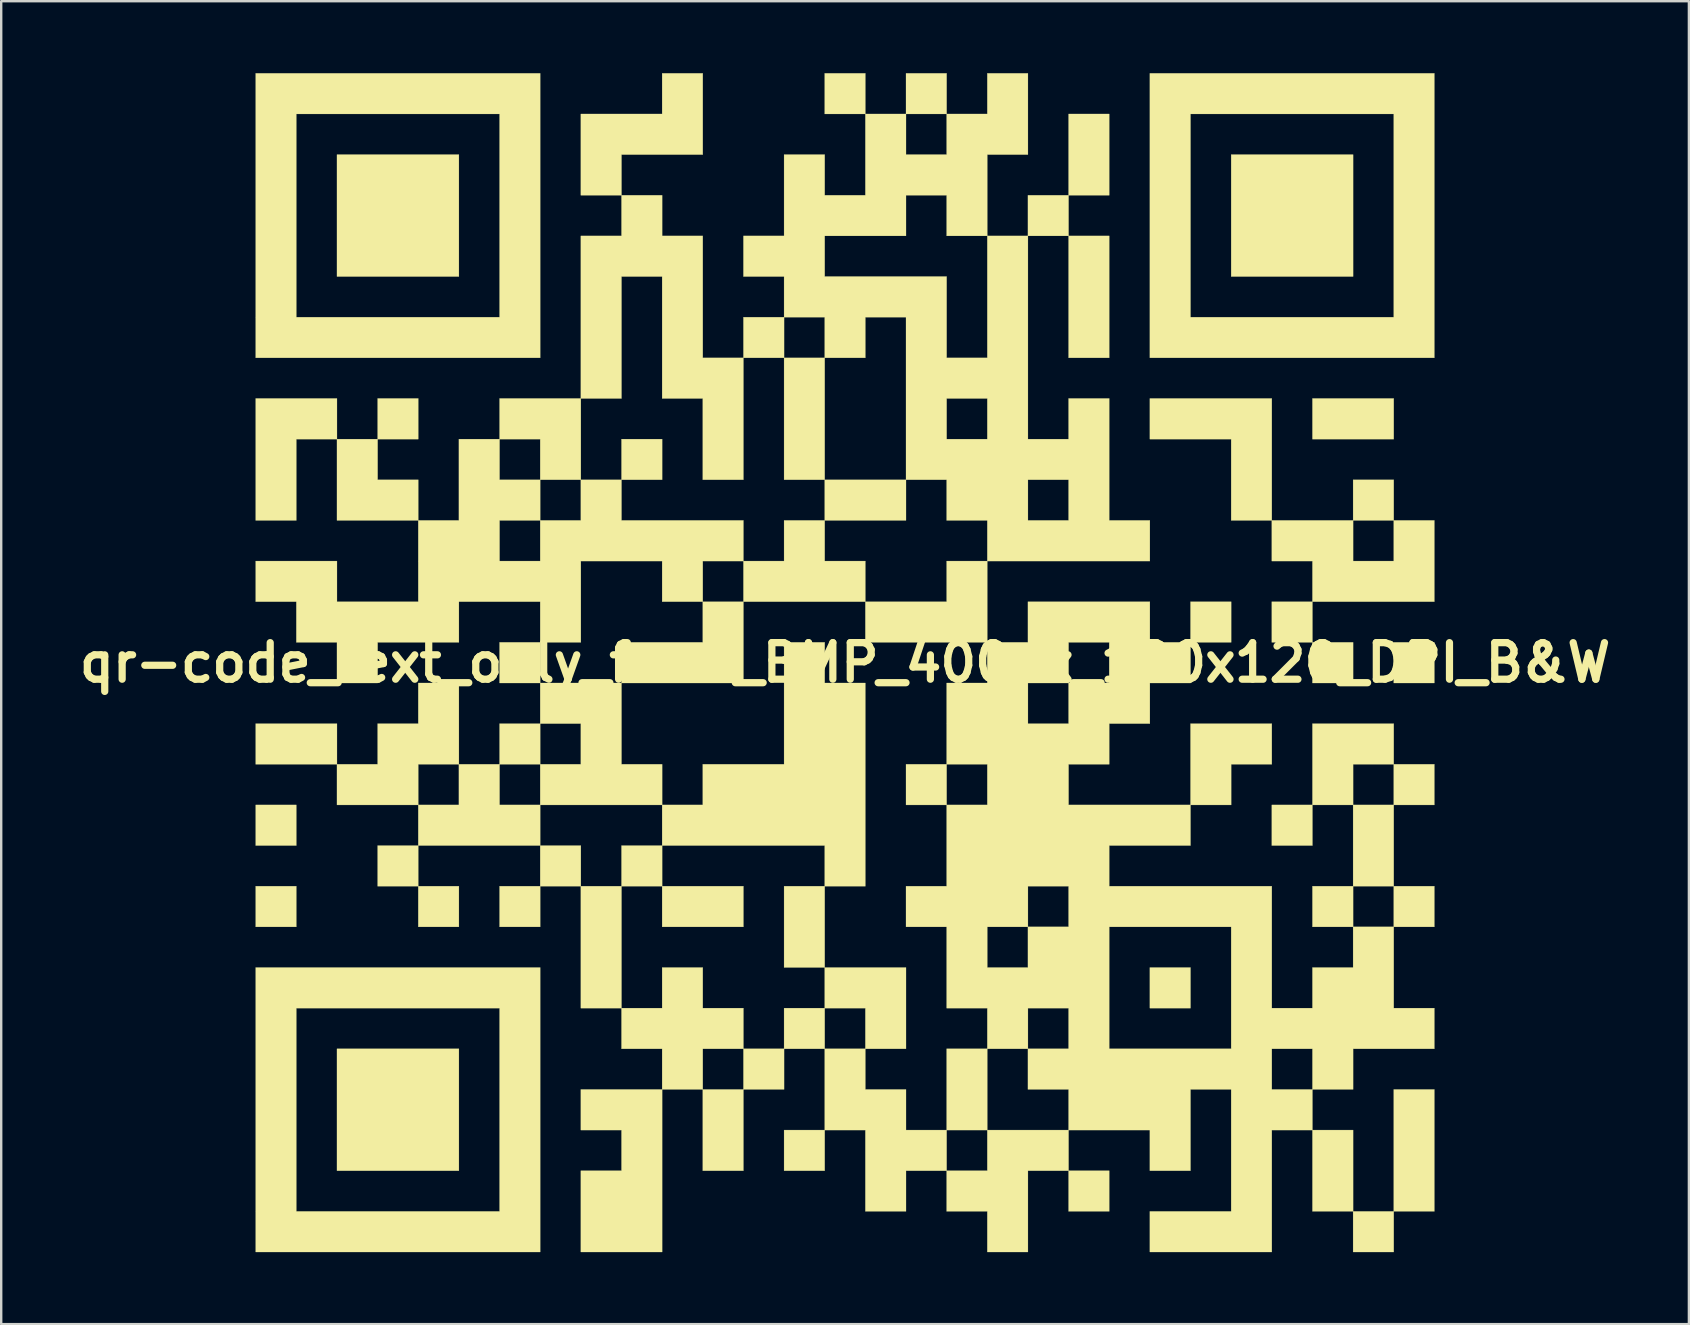
<source format=kicad_pcb>
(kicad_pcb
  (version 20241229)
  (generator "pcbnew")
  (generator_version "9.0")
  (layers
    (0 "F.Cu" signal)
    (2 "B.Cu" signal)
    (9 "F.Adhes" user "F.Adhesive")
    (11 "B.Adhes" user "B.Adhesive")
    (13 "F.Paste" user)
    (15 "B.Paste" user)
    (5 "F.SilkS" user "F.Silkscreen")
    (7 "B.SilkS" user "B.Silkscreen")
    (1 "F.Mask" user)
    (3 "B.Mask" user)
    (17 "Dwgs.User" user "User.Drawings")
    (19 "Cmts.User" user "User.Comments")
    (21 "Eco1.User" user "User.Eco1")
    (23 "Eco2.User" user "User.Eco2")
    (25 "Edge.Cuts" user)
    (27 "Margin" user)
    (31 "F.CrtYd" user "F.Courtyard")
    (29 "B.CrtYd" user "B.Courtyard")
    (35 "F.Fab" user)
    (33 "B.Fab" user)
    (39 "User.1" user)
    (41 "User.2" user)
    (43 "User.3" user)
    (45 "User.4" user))
  (footprint "qr-code_text_only_from_BMP_400px_120x120_DPI_B&W"
    (layer "F.Cu")
    (at 32.156 24.558)
    (property "Reference" "qr-code_text_only_from_BMP_400px_120x120_DPI_B&W" (at 0 0 0) (layer "F.SilkS") (effects (font (size 1.524 1.524) (thickness 0.3))))
    (attr through_hole)
    (fp_poly (pts (xy -22.86 7.62) (xy -24.553 7.62) (xy -24.553 5.927) (xy -22.86 5.927) (xy -22.86 7.62)) (stroke (width 0.01) (type solid)) (fill yes) (layer "F.SilkS"))
    (fp_poly (pts (xy -22.86 11.007) (xy -24.553 11.007) (xy -24.553 9.313) (xy -22.86 9.313) (xy -22.86 11.007)) (stroke (width 0.01) (type solid)) (fill yes) (layer "F.SilkS"))
    (fp_poly (pts (xy -21.167 4.233) (xy -24.553 4.233) (xy -24.553 2.54) (xy -21.167 2.54) (xy -21.167 4.233)) (stroke (width 0.01) (type solid)) (fill yes) (layer "F.SilkS"))
    (fp_poly (pts (xy -17.78 -9.313) (xy -19.473 -9.313) (xy -19.473 -11.007) (xy -17.78 -11.007) (xy -17.78 -9.313)) (stroke (width 0.01) (type solid)) (fill yes) (layer "F.SilkS"))
    (fp_poly (pts (xy -17.78 9.313) (xy -19.473 9.313) (xy -19.473 7.62) (xy -17.78 7.62) (xy -17.78 9.313)) (stroke (width 0.01) (type solid)) (fill yes) (layer "F.SilkS"))
    (fp_poly (pts (xy -16.087 -16.087) (xy -21.167 -16.087) (xy -21.167 -21.167) (xy -16.087 -21.167) (xy -16.087 -16.087)) (stroke (width 0.01) (type solid)) (fill yes) (layer "F.SilkS"))
    (fp_poly (pts (xy -16.087 11.007) (xy -17.78 11.007) (xy -17.78 9.313) (xy -16.087 9.313) (xy -16.087 11.007)) (stroke (width 0.01) (type solid)) (fill yes) (layer "F.SilkS"))
    (fp_poly (pts (xy -16.087 21.167) (xy -21.167 21.167) (xy -21.167 16.087) (xy -16.087 16.087) (xy -16.087 21.167)) (stroke (width 0.01) (type solid)) (fill yes) (layer "F.SilkS"))
    (fp_poly (pts (xy -12.7 0.847) (xy -14.393 0.847) (xy -14.393 -0.847) (xy -12.7 -0.847) (xy -12.7 0.847)) (stroke (width 0.01) (type solid)) (fill yes) (layer "F.SilkS"))
    (fp_poly (pts (xy -12.7 11.007) (xy -14.393 11.007) (xy -14.393 9.313) (xy -12.7 9.313) (xy -12.7 11.007)) (stroke (width 0.01) (type solid)) (fill yes) (layer "F.SilkS"))
    (fp_poly (pts (xy -11.007 9.313) (xy -12.7 9.313) (xy -12.7 7.62) (xy -11.007 7.62) (xy -11.007 9.313)) (stroke (width 0.01) (type solid)) (fill yes) (layer "F.SilkS"))
    (fp_poly (pts (xy -9.313 14.393) (xy -11.007 14.393) (xy -11.007 9.313) (xy -9.313 9.313) (xy -9.313 14.393)) (stroke (width 0.01) (type solid)) (fill yes) (layer "F.SilkS"))
    (fp_poly (pts (xy -7.62 -7.62) (xy -9.313 -7.62) (xy -9.313 -9.313) (xy -7.62 -9.313) (xy -7.62 -7.62)) (stroke (width 0.01) (type solid)) (fill yes) (layer "F.SilkS"))
    (fp_poly (pts (xy -7.62 9.313) (xy -9.313 9.313) (xy -9.313 7.62) (xy -7.62 7.62) (xy -7.62 9.313)) (stroke (width 0.01) (type solid)) (fill yes) (layer "F.SilkS"))
    (fp_poly (pts (xy -4.233 11.007) (xy -7.62 11.007) (xy -7.62 9.313) (xy -4.233 9.313) (xy -4.233 11.007)) (stroke (width 0.01) (type solid)) (fill yes) (layer "F.SilkS"))
    (fp_poly (pts (xy -2.54 -12.7) (xy -4.233 -12.7) (xy -4.233 -14.393) (xy -2.54 -14.393) (xy -2.54 -12.7)) (stroke (width 0.01) (type solid)) (fill yes) (layer "F.SilkS"))
    (fp_poly (pts (xy -0.847 -7.62) (xy -2.54 -7.62) (xy -2.54 -12.7) (xy -0.847 -12.7) (xy -0.847 -7.62)) (stroke (width 0.01) (type solid)) (fill yes) (layer "F.SilkS"))
    (fp_poly (pts (xy -0.847 12.7) (xy -2.54 12.7) (xy -2.54 9.313) (xy -0.847 9.313) (xy -0.847 12.7)) (stroke (width 0.01) (type solid)) (fill yes) (layer "F.SilkS"))
    (fp_poly (pts (xy -0.847 16.087) (xy -2.54 16.087) (xy -2.54 14.393) (xy -0.847 14.393) (xy -0.847 16.087)) (stroke (width 0.01) (type solid)) (fill yes) (layer "F.SilkS"))
    (fp_poly (pts (xy -0.847 21.167) (xy -2.54 21.167) (xy -2.54 19.473) (xy -0.847 19.473) (xy -0.847 21.167)) (stroke (width 0.01) (type solid)) (fill yes) (layer "F.SilkS"))
    (fp_poly (pts (xy 0.847 -22.86) (xy -0.847 -22.86) (xy -0.847 -24.553) (xy 0.847 -24.553) (xy 0.847 -22.86)) (stroke (width 0.01) (type solid)) (fill yes) (layer "F.SilkS"))
    (fp_poly (pts (xy 2.54 -5.927) (xy -0.847 -5.927) (xy -0.847 -7.62) (xy 2.54 -7.62) (xy 2.54 -5.927)) (stroke (width 0.01) (type solid)) (fill yes) (layer "F.SilkS"))
    (fp_poly (pts (xy 4.233 5.927) (xy 2.54 5.927) (xy 2.54 4.233) (xy 4.233 4.233) (xy 4.233 5.927)) (stroke (width 0.01) (type solid)) (fill yes) (layer "F.SilkS"))
    (fp_poly (pts (xy 5.927 19.473) (xy 4.233 19.473) (xy 4.233 16.087) (xy 5.927 16.087) (xy 5.927 19.473)) (stroke (width 0.01) (type solid)) (fill yes) (layer "F.SilkS"))
    (fp_poly (pts (xy 9.313 -17.78) (xy 7.62 -17.78) (xy 7.62 -19.473) (xy 9.313 -19.473) (xy 9.313 -17.78)) (stroke (width 0.01) (type solid)) (fill yes) (layer "F.SilkS"))
    (fp_poly (pts (xy 11.007 -19.473) (xy 9.313 -19.473) (xy 9.313 -22.86) (xy 11.007 -22.86) (xy 11.007 -19.473)) (stroke (width 0.01) (type solid)) (fill yes) (layer "F.SilkS"))
    (fp_poly (pts (xy 11.007 -12.7) (xy 9.313 -12.7) (xy 9.313 -17.78) (xy 11.007 -17.78) (xy 11.007 -12.7)) (stroke (width 0.01) (type solid)) (fill yes) (layer "F.SilkS"))
    (fp_poly (pts (xy 11.007 22.86) (xy 9.313 22.86) (xy 9.313 21.167) (xy 11.007 21.167) (xy 11.007 22.86)) (stroke (width 0.01) (type solid)) (fill yes) (layer "F.SilkS"))
    (fp_poly (pts (xy 14.393 14.393) (xy 12.7 14.393) (xy 12.7 12.7) (xy 14.393 12.7) (xy 14.393 14.393)) (stroke (width 0.01) (type solid)) (fill yes) (layer "F.SilkS"))
    (fp_poly (pts (xy 16.087 -0.847) (xy 14.393 -0.847) (xy 14.393 -2.54) (xy 16.087 -2.54) (xy 16.087 -0.847)) (stroke (width 0.01) (type solid)) (fill yes) (layer "F.SilkS"))
    (fp_poly (pts (xy 19.473 -0.847) (xy 17.78 -0.847) (xy 17.78 -2.54) (xy 19.473 -2.54) (xy 19.473 -0.847)) (stroke (width 0.01) (type solid)) (fill yes) (layer "F.SilkS"))
    (fp_poly (pts (xy 19.473 7.62) (xy 17.78 7.62) (xy 17.78 5.927) (xy 19.473 5.927) (xy 19.473 7.62)) (stroke (width 0.01) (type solid)) (fill yes) (layer "F.SilkS"))
    (fp_poly (pts (xy 21.167 -16.087) (xy 16.087 -16.087) (xy 16.087 -21.167) (xy 21.167 -21.167) (xy 21.167 -16.087)) (stroke (width 0.01) (type solid)) (fill yes) (layer "F.SilkS"))
    (fp_poly (pts (xy 21.167 0.847) (xy 19.473 0.847) (xy 19.473 -0.847) (xy 21.167 -0.847) (xy 21.167 0.847)) (stroke (width 0.01) (type solid)) (fill yes) (layer "F.SilkS"))
    (fp_poly (pts (xy 21.167 11.007) (xy 19.473 11.007) (xy 19.473 9.313) (xy 21.167 9.313) (xy 21.167 11.007)) (stroke (width 0.01) (type solid)) (fill yes) (layer "F.SilkS"))
    (fp_poly (pts (xy 21.167 22.86) (xy 19.473 22.86) (xy 19.473 19.473) (xy 21.167 19.473) (xy 21.167 22.86)) (stroke (width 0.01) (type solid)) (fill yes) (layer "F.SilkS"))
    (fp_poly (pts (xy 22.86 -9.313) (xy 19.473 -9.313) (xy 19.473 -11.007) (xy 22.86 -11.007) (xy 22.86 -9.313)) (stroke (width 0.01) (type solid)) (fill yes) (layer "F.SilkS"))
    (fp_poly (pts (xy 22.86 9.313) (xy 21.167 9.313) (xy 21.167 5.927) (xy 22.86 5.927) (xy 22.86 9.313)) (stroke (width 0.01) (type solid)) (fill yes) (layer "F.SilkS"))
    (fp_poly (pts (xy 22.86 24.553) (xy 21.167 24.553) (xy 21.167 22.86) (xy 22.86 22.86) (xy 22.86 24.553)) (stroke (width 0.01) (type solid)) (fill yes) (layer "F.SilkS"))
    (fp_poly (pts (xy 24.553 0.847) (xy 22.86 0.847) (xy 22.86 -0.847) (xy 24.553 -0.847) (xy 24.553 0.847)) (stroke (width 0.01) (type solid)) (fill yes) (layer "F.SilkS"))
    (fp_poly (pts (xy 24.553 5.927) (xy 22.86 5.927) (xy 22.86 4.233) (xy 24.553 4.233) (xy 24.553 5.927)) (stroke (width 0.01) (type solid)) (fill yes) (layer "F.SilkS"))
    (fp_poly (pts (xy 24.553 11.007) (xy 22.86 11.007) (xy 22.86 9.313) (xy 24.553 9.313) (xy 24.553 11.007)) (stroke (width 0.01) (type solid)) (fill yes) (layer "F.SilkS"))
    (fp_poly (pts (xy 24.553 22.86) (xy 22.86 22.86) (xy 22.86 17.78) (xy 24.553 17.78) (xy 24.553 22.86)) (stroke (width 0.01) (type solid)) (fill yes) (layer "F.SilkS"))
    (fp_poly (pts (xy -21.167 -9.313) (xy -22.86 -9.313) (xy -22.86 -5.927) (xy -24.553 -5.927) (xy -24.553 -11.007) (xy -21.167 -11.007) (xy -21.167 -9.313)) (stroke (width 0.01) (type solid)) (fill yes) (layer "F.SilkS"))
    (fp_poly (pts (xy -19.473 -7.62) (xy -17.78 -7.62) (xy -17.78 -5.927) (xy -21.167 -5.927) (xy -21.167 -9.313) (xy -19.473 -9.313) (xy -19.473 -7.62)) (stroke (width 0.01) (type solid)) (fill yes) (layer "F.SilkS"))
    (fp_poly (pts (xy -4.233 0.847) (xy -9.313 0.847) (xy -9.313 -0.847) (xy -5.927 -0.847) (xy -5.927 -2.54) (xy -4.233 -2.54) (xy -4.233 0.847)) (stroke (width 0.01) (type solid)) (fill yes) (layer "F.SilkS"))
    (fp_poly (pts (xy 2.54 16.087) (xy 0.847 16.087) (xy 0.847 14.393) (xy -0.847 14.393) (xy -0.847 12.7) (xy 2.54 12.7) (xy 2.54 16.087)) (stroke (width 0.01) (type solid)) (fill yes) (layer "F.SilkS"))
    (fp_poly (pts (xy 5.927 -0.847) (xy 0.847 -0.847) (xy 0.847 -2.54) (xy 4.233 -2.54) (xy 4.233 -4.233) (xy 5.927 -4.233) (xy 5.927 -0.847)) (stroke (width 0.01) (type solid)) (fill yes) (layer "F.SilkS"))
    (fp_poly (pts (xy 17.78 -5.927) (xy 16.087 -5.927) (xy 16.087 -9.313) (xy 12.7 -9.313) (xy 12.7 -11.007) (xy 17.78 -11.007) (xy 17.78 -5.927)) (stroke (width 0.01) (type solid)) (fill yes) (layer "F.SilkS"))
    (fp_poly (pts (xy 17.78 4.233) (xy 16.087 4.233) (xy 16.087 5.927) (xy 14.393 5.927) (xy 14.393 2.54) (xy 17.78 2.54) (xy 17.78 4.233)) (stroke (width 0.01) (type solid)) (fill yes) (layer "F.SilkS"))
    (fp_poly (pts (xy 22.86 4.233) (xy 21.167 4.233) (xy 21.167 5.927) (xy 19.473 5.927) (xy 19.473 2.54) (xy 22.86 2.54) (xy 22.86 4.233)) (stroke (width 0.01) (type solid)) (fill yes) (layer "F.SilkS"))
    (fp_poly (pts (xy -7.62 24.553) (xy -11.007 24.553) (xy -11.007 21.167) (xy -9.313 21.167) (xy -9.313 19.473) (xy -11.007 19.473) (xy -11.007 17.78) (xy -7.62 17.78) (xy -7.62 24.553)) (stroke (width 0.01) (type solid)) (fill yes) (layer "F.SilkS"))
    (fp_poly (pts (xy -5.927 -21.167) (xy -9.313 -21.167) (xy -9.313 -19.473) (xy -11.007 -19.473) (xy -11.007 -22.86) (xy -7.62 -22.86) (xy -7.62 -24.553) (xy -5.927 -24.553) (xy -5.927 -21.167)) (stroke (width 0.01) (type solid)) (fill yes) (layer "F.SilkS"))
    (fp_poly (pts (xy -0.847 -4.233) (xy 0.847 -4.233) (xy 0.847 -2.54) (xy -4.233 -2.54) (xy -4.233 -4.233) (xy -2.54 -4.233) (xy -2.54 -5.927) (xy -0.847 -5.927) (xy -0.847 -4.233)) (stroke (width 0.01) (type solid)) (fill yes) (layer "F.SilkS"))
    (fp_poly (pts (xy 9.313 21.167) (xy 7.62 21.167) (xy 7.62 24.553) (xy 5.927 24.553) (xy 5.927 22.86) (xy 4.233 22.86) (xy 4.233 21.167) (xy 5.927 21.167) (xy 5.927 19.473) (xy 9.313 19.473) (xy 9.313 21.167)) (stroke (width 0.01) (type solid)) (fill yes) (layer "F.SilkS"))
    (fp_poly (pts (xy -12.7 -12.7) (xy -24.553 -12.7) (xy -24.553 -22.86) (xy -22.86 -22.86) (xy -22.86 -14.393) (xy -14.393 -14.393) (xy -14.393 -22.86) (xy -22.86 -22.86) (xy -24.553 -22.86) (xy -24.553 -24.553) (xy -12.7 -24.553) (xy -12.7 -12.7)) (stroke (width 0.01) (type solid)) (fill yes) (layer "F.SilkS"))
    (fp_poly (pts (xy -12.7 24.553) (xy -24.553 24.553) (xy -24.553 14.393) (xy -22.86 14.393) (xy -22.86 22.86) (xy -14.393 22.86) (xy -14.393 14.393) (xy -22.86 14.393) (xy -24.553 14.393) (xy -24.553 12.7) (xy -12.7 12.7) (xy -12.7 24.553)) (stroke (width 0.01) (type solid)) (fill yes) (layer "F.SilkS"))
    (fp_poly (pts (xy 24.553 -12.7) (xy 12.7 -12.7) (xy 12.7 -22.86) (xy 14.393 -22.86) (xy 14.393 -14.393) (xy 22.86 -14.393) (xy 22.86 -22.86) (xy 14.393 -22.86) (xy 12.7 -22.86) (xy 12.7 -24.553) (xy 24.553 -24.553) (xy 24.553 -12.7)) (stroke (width 0.01) (type solid)) (fill yes) (layer "F.SilkS"))
    (fp_poly (pts (xy -7.62 5.927) (xy -5.927 5.927) (xy -5.927 4.233) (xy -2.54 4.233) (xy -2.54 -0.847) (xy -0.847 -0.847) (xy -0.847 0.847) (xy 0.847 0.847) (xy 0.847 9.313) (xy -0.847 9.313) (xy -0.847 7.62) (xy -7.62 7.62) (xy -7.62 5.927)) (stroke (width 0.01) (type solid)) (fill yes) (layer "F.SilkS"))
    (fp_poly (pts (xy -0.847 16.087) (xy 0.847 16.087) (xy 0.847 17.78) (xy 2.54 17.78) (xy 2.54 19.473) (xy 4.233 19.473) (xy 4.233 21.167) (xy 2.54 21.167) (xy 2.54 22.86) (xy 0.847 22.86) (xy 0.847 19.473) (xy -0.847 19.473) (xy -0.847 16.087)) (stroke (width 0.01) (type solid)) (fill yes) (layer "F.SilkS"))
    (fp_poly (pts (xy 24.553 -5.927) (xy 24.553 -2.54) (xy 19.473 -2.54) (xy 19.473 -4.233) (xy 17.78 -4.233) (xy 17.78 -5.927) (xy 21.167 -5.927) (xy 21.167 -4.233) (xy 22.86 -4.233) (xy 22.86 -5.927) (xy 21.167 -5.927) (xy 21.167 -7.62) (xy 22.86 -7.62) (xy 22.86 -5.927) (xy 24.553 -5.927)) (stroke (width 0.01) (type solid)) (fill yes) (layer "F.SilkS"))
    (fp_poly (pts (xy -7.62 -17.78) (xy -5.927 -17.78) (xy -5.927 -12.7) (xy -4.233 -12.7) (xy -4.233 -7.62) (xy -5.927 -7.62) (xy -5.927 -11.007) (xy -7.62 -11.007) (xy -7.62 -16.087) (xy -9.313 -16.087) (xy -9.313 -11.007) (xy -11.007 -11.007) (xy -11.007 -17.78) (xy -9.313 -17.78) (xy -9.313 -19.473) (xy -7.62 -19.473) (xy -7.62 -17.78)) (stroke (width 0.01) (type solid)) (fill yes) (layer "F.SilkS"))
    (fp_poly (pts (xy -7.62 16.087) (xy -5.927 16.087) (xy -5.927 17.78) (xy -4.233 17.78) (xy -4.233 16.087) (xy -5.927 16.087) (xy -7.62 16.087) (xy -9.313 16.087) (xy -9.313 14.393) (xy -7.62 14.393) (xy -7.62 12.7) (xy -5.927 12.7) (xy -5.927 14.393) (xy -4.233 14.393) (xy -4.233 16.087) (xy -2.54 16.087) (xy -2.54 17.78) (xy -4.233 17.78) (xy -4.233 21.167) (xy -5.927 21.167) (xy -5.927 17.78) (xy -7.62 17.78) (xy -7.62 16.087)) (stroke (width 0.01) (type solid)) (fill yes) (layer "F.SilkS"))
    (fp_poly (pts (xy -16.087 4.233) (xy -14.393 4.233) (xy -14.393 5.927) (xy -12.7 5.927) (xy -12.7 4.233) (xy -14.393 4.233) (xy -14.393 2.54) (xy -12.7 2.54) (xy -12.7 4.233) (xy -11.007 4.233) (xy -11.007 2.54) (xy -12.7 2.54) (xy -12.7 0.847) (xy -9.313 0.847) (xy -9.313 4.233) (xy -7.62 4.233) (xy -7.62 5.927) (xy -12.7 5.927) (xy -12.7 7.62) (xy -17.78 7.62) (xy -17.78 5.927) (xy -21.167 5.927) (xy -21.167 4.233) (xy -19.473 4.233) (xy -17.78 4.233) (xy -17.78 5.927) (xy -16.087 5.927) (xy -16.087 4.233) (xy -17.78 4.233) (xy -19.473 4.233) (xy -19.473 2.54) (xy -17.78 2.54) (xy -17.78 0.847) (xy -16.087 0.847) (xy -16.087 4.233)) (stroke (width 0.01) (type solid)) (fill yes) (layer "F.SilkS"))
    (fp_poly (pts (xy -9.313 -7.62) (xy -9.313 -5.927) (xy -4.233 -5.927) (xy -4.233 -4.233) (xy -5.927 -4.233) (xy -5.927 -2.54) (xy -7.62 -2.54) (xy -7.62 -4.233) (xy -11.007 -4.233) (xy -11.007 -0.847) (xy -12.7 -0.847) (xy -12.7 -2.54) (xy -16.087 -2.54) (xy -16.087 -0.847) (xy -19.473 -0.847) (xy -19.473 0.847) (xy -21.167 0.847) (xy -21.167 -0.847) (xy -22.86 -0.847) (xy -22.86 -2.54) (xy -24.553 -2.54) (xy -24.553 -4.233) (xy -21.167 -4.233) (xy -21.167 -2.54) (xy -17.78 -2.54) (xy -17.78 -5.927) (xy -16.087 -5.927) (xy -14.393 -5.927) (xy -14.393 -4.233) (xy -12.7 -4.233) (xy -12.7 -5.927) (xy -14.393 -5.927) (xy -16.087 -5.927) (xy -16.087 -9.313) (xy -14.393 -9.313) (xy -14.393 -7.62) (xy -12.7 -7.62) (xy -12.7 -5.927) (xy -11.007 -5.927) (xy -11.007 -7.62) (xy -12.7 -7.62) (xy -12.7 -9.313) (xy -14.393 -9.313) (xy -14.393 -11.007) (xy -11.007 -11.007) (xy -11.007 -7.62) (xy -9.313 -7.62)) (stroke (width 0.01) (type solid)) (fill yes) (layer "F.SilkS"))
    (fp_poly (pts (xy -2.54 -16.087) (xy -4.233 -16.087) (xy -4.233 -17.78) (xy -2.54 -17.78) (xy -0.847 -17.78) (xy -0.847 -16.087) (xy 4.233 -16.087) (xy 4.233 -12.7) (xy 5.927 -12.7) (xy 5.927 -17.78) (xy 4.233 -17.78) (xy 4.233 -19.473) (xy 2.54 -19.473) (xy 2.54 -17.78) (xy -0.847 -17.78) (xy -2.54 -17.78) (xy -2.54 -21.167) (xy -0.847 -21.167) (xy -0.847 -19.473) (xy 0.847 -19.473) (xy 0.847 -22.86) (xy 2.54 -22.86) (xy 2.54 -21.167) (xy 4.233 -21.167) (xy 4.233 -22.86) (xy 2.54 -22.86) (xy 2.54 -24.553) (xy 4.233 -24.553) (xy 4.233 -22.86) (xy 5.927 -22.86) (xy 5.927 -24.553) (xy 7.62 -24.553) (xy 7.62 -21.167) (xy 5.927 -21.167) (xy 5.927 -17.78) (xy 7.62 -17.78) (xy 7.62 -9.313) (xy 9.313 -9.313) (xy 9.313 -11.007) (xy 11.007 -11.007) (xy 11.007 -5.927) (xy 12.7 -5.927) (xy 12.7 -4.233) (xy 5.927 -4.233) (xy 5.927 -5.927) (xy 4.233 -5.927) (xy 4.233 -7.62) (xy 7.62 -7.62) (xy 7.62 -5.927) (xy 9.313 -5.927) (xy 9.313 -7.62) (xy 7.62 -7.62) (xy 4.233 -7.62) (xy 2.54 -7.62) (xy 2.54 -11.007) (xy 4.233 -11.007) (xy 4.233 -9.313) (xy 5.927 -9.313) (xy 5.927 -11.007) (xy 4.233 -11.007) (xy 2.54 -11.007) (xy 2.54 -14.393) (xy 0.847 -14.393) (xy 0.847 -12.7) (xy -0.847 -12.7) (xy -0.847 -14.393) (xy -2.54 -14.393) (xy -2.54 -16.087)) (stroke (width 0.01) (type solid)) (fill yes) (layer "F.SilkS"))
    (fp_poly (pts (xy 9.313 17.78) (xy 7.62 17.78) (xy 7.62 16.087) (xy 5.927 16.087) (xy 5.927 14.393) (xy 7.62 14.393) (xy 7.62 16.087) (xy 9.313 16.087) (xy 9.313 14.393) (xy 7.62 14.393) (xy 5.927 14.393) (xy 4.233 14.393) (xy 4.233 11.007) (xy 5.927 11.007) (xy 5.927 12.7) (xy 7.62 12.7) (xy 7.62 11.007) (xy 5.927 11.007) (xy 4.233 11.007) (xy 2.54 11.007) (xy 2.54 9.313) (xy 4.233 9.313) (xy 7.62 9.313) (xy 7.62 11.007) (xy 9.313 11.007) (xy 11.007 11.007) (xy 11.007 16.087) (xy 16.087 16.087) (xy 17.78 16.087) (xy 17.78 17.78) (xy 19.473 17.78) (xy 19.473 16.087) (xy 17.78 16.087) (xy 16.087 16.087) (xy 16.087 11.007) (xy 11.007 11.007) (xy 9.313 11.007) (xy 9.313 9.313) (xy 7.62 9.313) (xy 4.233 9.313) (xy 4.233 5.927) (xy 5.927 5.927) (xy 5.927 4.233) (xy 4.233 4.233) (xy 4.233 0.847) (xy 5.927 0.847) (xy 7.62 0.847) (xy 7.62 2.54) (xy 9.313 2.54) (xy 9.313 0.847) (xy 7.62 0.847) (xy 5.927 0.847) (xy 5.927 -0.847) (xy 7.62 -0.847) (xy 9.313 -0.847) (xy 9.313 0.847) (xy 11.007 0.847) (xy 11.007 -0.847) (xy 9.313 -0.847) (xy 7.62 -0.847) (xy 7.62 -2.54) (xy 12.7 -2.54) (xy 12.7 -0.847) (xy 14.393 -0.847) (xy 14.393 0.847) (xy 12.7 0.847) (xy 12.7 2.54) (xy 11.007 2.54) (xy 11.007 4.233) (xy 9.313 4.233) (xy 9.313 5.927) (xy 14.393 5.927) (xy 14.393 7.62) (xy 11.007 7.62) (xy 11.007 9.313) (xy 17.78 9.313) (xy 17.78 14.393) (xy 19.473 14.393) (xy 19.473 12.7) (xy 21.167 12.7) (xy 21.167 11.007) (xy 22.86 11.007) (xy 22.86 14.393) (xy 24.553 14.393) (xy 24.553 16.087) (xy 21.167 16.087) (xy 21.167 17.78) (xy 19.473 17.78) (xy 19.473 19.473) (xy 17.78 19.473) (xy 17.78 24.553) (xy 12.7 24.553) (xy 12.7 22.86) (xy 16.087 22.86) (xy 16.087 17.78) (xy 14.393 17.78) (xy 14.393 21.167) (xy 12.7 21.167) (xy 12.7 19.473) (xy 9.313 19.473) (xy 9.313 17.78)) (stroke (width 0.01) (type solid)) (fill yes) (layer "F.SilkS")))
  (gr_rect
    (start -3 -3)
    (end 67.313 52.117)
    (stroke (width 0.1) (type default))
    (fill no)
    (layer "Edge.Cuts")))
</source>
